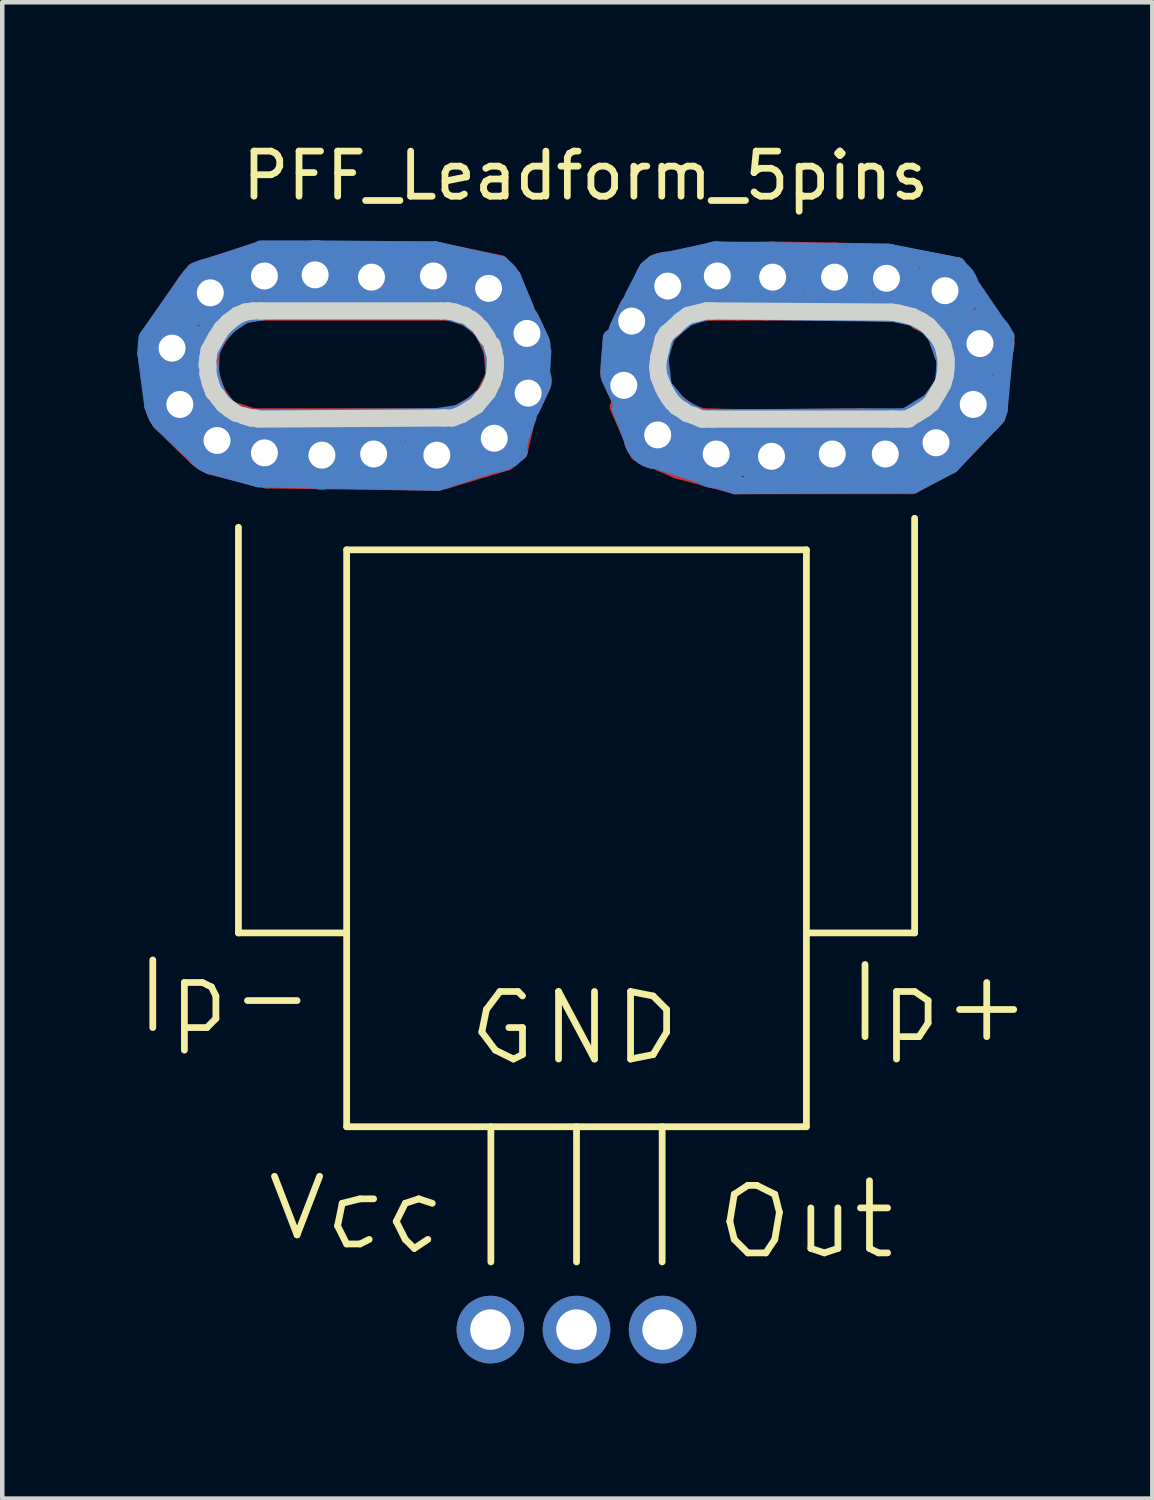
<source format=kicad_pcb>
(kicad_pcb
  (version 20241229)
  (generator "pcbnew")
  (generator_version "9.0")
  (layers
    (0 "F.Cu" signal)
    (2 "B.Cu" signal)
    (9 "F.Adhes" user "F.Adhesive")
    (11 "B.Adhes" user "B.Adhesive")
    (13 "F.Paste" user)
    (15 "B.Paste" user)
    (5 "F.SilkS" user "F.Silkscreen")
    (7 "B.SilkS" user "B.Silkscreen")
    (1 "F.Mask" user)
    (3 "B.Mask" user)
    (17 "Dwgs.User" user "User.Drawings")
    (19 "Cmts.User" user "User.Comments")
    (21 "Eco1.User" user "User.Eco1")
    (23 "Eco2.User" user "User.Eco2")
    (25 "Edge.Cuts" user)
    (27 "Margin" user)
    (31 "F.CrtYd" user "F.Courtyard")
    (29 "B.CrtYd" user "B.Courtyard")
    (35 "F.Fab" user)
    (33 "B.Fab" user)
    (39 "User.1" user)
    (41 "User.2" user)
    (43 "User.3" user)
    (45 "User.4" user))
  (footprint "PFF_Leadform_5pins"
    (layer "F.Cu")
    (at 9.741 15.748)
    (property "Reference" "PFF_Leadform_5pins" (at 0.201 -14.9 0) (layer "F.SilkS") (effects (font (size 1 1) (thickness 0.15))))
    (attr through_hole)
    (fp_line (start -9.55 -10.95) (end -9.5 -11.326) (stroke (width 0.381) (type solid)) (layer "F.Cu"))
    (fp_line (start -9.5 -11.326) (end -8.674 -12.525) (stroke (width 0.381) (type solid)) (layer "F.Cu"))
    (fp_line (start -9.375 -9.726) (end -9.55 -10.95) (stroke (width 0.381) (type solid)) (layer "F.Cu"))
    (fp_line (start -9.225 -9.426) (end -9.375 -9.726) (stroke (width 0.381) (type solid)) (layer "F.Cu"))
    (fp_line (start -8.725 -12.024) (end -8.9 -11.725) (stroke (width 0.381) (type solid)) (layer "F.Cu"))
    (fp_line (start -8.674 -12.525) (end -8.476 -12.776) (stroke (width 0.381) (type solid)) (layer "F.Cu"))
    (fp_line (start -8.476 -12.776) (end -7.026 -13.251) (stroke (width 0.381) (type solid)) (layer "F.Cu"))
    (fp_line (start -8.425 -8.651) (end -9.225 -9.426) (stroke (width 0.381) (type solid)) (layer "F.Cu"))
    (fp_line (start -8.349 -10.274) (end -7.6 -9.576) (stroke (width 0.381) (type solid)) (layer "F.Cu"))
    (fp_line (start -8.326 -11.374) (end -8.349 -10.274) (stroke (width 0.381) (type solid)) (layer "F.Cu"))
    (fp_line (start -8.125 -10.526) (end -8.1 -11.049) (stroke (width 0.381) (type solid)) (layer "F.Cu"))
    (fp_line (start -8.1 -11.049) (end -7.851 -11.45) (stroke (width 0.381) (type solid)) (layer "F.Cu"))
    (fp_line (start -8.1 -8.451) (end -8.425 -8.651) (stroke (width 0.381) (type solid)) (layer "F.Cu"))
    (fp_line (start -8.001 -10.124) (end -8.125 -10.526) (stroke (width 0.381) (type solid)) (layer "F.Cu"))
    (fp_line (start -7.851 -11.45) (end -7.526 -11.775) (stroke (width 0.381) (type solid)) (layer "F.Cu"))
    (fp_line (start -7.724 -9.726) (end -8.001 -10.124) (stroke (width 0.381) (type solid)) (layer "F.Cu"))
    (fp_line (start -7.6 -9.576) (end -6.949 -9.324) (stroke (width 0.381) (type solid)) (layer "F.Cu"))
    (fp_line (start -7.549 -9.624) (end -7.399 -9.576) (stroke (width 0.381) (type solid)) (layer "F.Cu"))
    (fp_line (start -7.526 -11.775) (end -7.074 -11.874) (stroke (width 0.381) (type solid)) (layer "F.Cu"))
    (fp_line (start -7.376 -12.126) (end -8.326 -11.374) (stroke (width 0.381) (type solid)) (layer "F.Cu"))
    (fp_line (start -7.176 -9.55) (end -7.724 -9.726) (stroke (width 0.381) (type solid)) (layer "F.Cu"))
    (fp_line (start -7.125 -11.874) (end -2.799 -11.874) (stroke (width 0.381) (type solid)) (layer "F.Cu"))
    (fp_line (start -7.125 -9.525) (end -7 -9.5) (stroke (width 0.381) (type solid)) (layer "F.Cu"))
    (fp_line (start -7.026 -13.251) (end -3.15 -13.251) (stroke (width 0.381) (type solid)) (layer "F.Cu"))
    (fp_line (start -6.949 -9.324) (end -3.5 -9.225) (stroke (width 0.381) (type solid)) (layer "F.Cu"))
    (fp_line (start -6.876 -8.151) (end -8.1 -8.451) (stroke (width 0.381) (type solid)) (layer "F.Cu"))
    (fp_line (start -5.349 -12.126) (end -7.376 -12.126) (stroke (width 0.381) (type solid)) (layer "F.Cu"))
    (fp_line (start -3.65 -13.076) (end -4.125 -13.076) (stroke (width 0.381) (type solid)) (layer "F.Cu"))
    (fp_line (start -3.65 -8.301) (end -3.899 -8.349) (stroke (width 0.381) (type solid)) (layer "F.Cu"))
    (fp_line (start -3.5 -9.225) (end -2.2 -9.5) (stroke (width 0.381) (type solid)) (layer "F.Cu"))
    (fp_line (start -3.15 -13.251) (end -1.699 -12.949) (stroke (width 0.381) (type solid)) (layer "F.Cu"))
    (fp_line (start -3.076 -8.1) (end -6.876 -8.151) (stroke (width 0.381) (type solid)) (layer "F.Cu"))
    (fp_line (start -2.949 -9.55) (end -7.176 -9.55) (stroke (width 0.381) (type solid)) (layer "F.Cu"))
    (fp_line (start -2.949 -9.525) (end -3 -9.525) (stroke (width 0.381) (type solid)) (layer "F.Cu"))
    (fp_line (start -2.875 -8.151) (end -3.076 -8.1) (stroke (width 0.381) (type solid)) (layer "F.Cu"))
    (fp_line (start -2.799 -11.874) (end -2.375 -11.725) (stroke (width 0.381) (type solid)) (layer "F.Cu"))
    (fp_line (start -2.624 -12.101) (end -5.349 -12.126) (stroke (width 0.381) (type solid)) (layer "F.Cu"))
    (fp_line (start -2.624 -9.624) (end -2.949 -9.55) (stroke (width 0.381) (type solid)) (layer "F.Cu"))
    (fp_line (start -2.375 -11.725) (end -2.075 -11.45) (stroke (width 0.381) (type solid)) (layer "F.Cu"))
    (fp_line (start -2.349 -11.725) (end -2.474 -11.801) (stroke (width 0.381) (type solid)) (layer "F.Cu"))
    (fp_line (start -2.324 -9.799) (end -2.624 -9.624) (stroke (width 0.381) (type solid)) (layer "F.Cu"))
    (fp_line (start -2.2 -9.5) (end -1.425 -10.676) (stroke (width 0.381) (type solid)) (layer "F.Cu"))
    (fp_line (start -2.126 -11.524) (end -2.225 -11.626) (stroke (width 0.381) (type solid)) (layer "F.Cu"))
    (fp_line (start -2.101 -11.826) (end -2.525 -12.075) (stroke (width 0.381) (type solid)) (layer "F.Cu"))
    (fp_line (start -2.075 -11.45) (end -1.875 -11.026) (stroke (width 0.381) (type solid)) (layer "F.Cu"))
    (fp_line (start -2.05 -10.025) (end -2.324 -9.799) (stroke (width 0.381) (type solid)) (layer "F.Cu"))
    (fp_line (start -1.875 -11.026) (end -1.826 -10.475) (stroke (width 0.381) (type solid)) (layer "F.Cu"))
    (fp_line (start -1.826 -10.475) (end -2.05 -10.025) (stroke (width 0.381) (type solid)) (layer "F.Cu"))
    (fp_line (start -1.801 -10.851) (end -1.826 -10.975) (stroke (width 0.381) (type solid)) (layer "F.Cu"))
    (fp_line (start -1.699 -12.949) (end -1.425 -12.649) (stroke (width 0.381) (type solid)) (layer "F.Cu"))
    (fp_line (start -1.549 -8.55) (end -2.875 -8.151) (stroke (width 0.381) (type solid)) (layer "F.Cu"))
    (fp_line (start -1.425 -12.649) (end -1.125 -11.925) (stroke (width 0.381) (type solid)) (layer "F.Cu"))
    (fp_line (start -1.425 -10.676) (end -2.101 -11.826) (stroke (width 0.381) (type solid)) (layer "F.Cu"))
    (fp_line (start -1.275 -8.776) (end -1.549 -8.55) (stroke (width 0.381) (type solid)) (layer "F.Cu"))
    (fp_line (start -1.1 -9.525) (end -1.275 -8.776) (stroke (width 0.381) (type solid)) (layer "F.Cu"))
    (fp_line (start -0.775 -11.001) (end -0.8 -10.549) (stroke (width 0.381) (type solid)) (layer "F.Cu"))
    (fp_line (start 0.775 -11.3) (end 0.724 -10.625) (stroke (width 0.381) (type solid)) (layer "F.Cu"))
    (fp_line (start 0.925 -9.774) (end 1.374 -8.75) (stroke (width 0.381) (type solid)) (layer "F.Cu"))
    (fp_line (start 1.374 -8.75) (end 2.225 -8.374) (stroke (width 0.381) (type solid)) (layer "F.Cu"))
    (fp_line (start 1.476 -10.874) (end 1.801 -9.876) (stroke (width 0.381) (type solid)) (layer "F.Cu"))
    (fp_line (start 1.775 -12.974) (end 1.275 -12.2) (stroke (width 0.381) (type solid)) (layer "F.Cu"))
    (fp_line (start 1.801 -9.876) (end 2.624 -9.324) (stroke (width 0.381) (type solid)) (layer "F.Cu"))
    (fp_line (start 1.849 -11.001) (end 1.849 -10.625) (stroke (width 0.381) (type solid)) (layer "F.Cu"))
    (fp_line (start 1.849 -10.625) (end 1.925 -10.226) (stroke (width 0.381) (type solid)) (layer "F.Cu"))
    (fp_line (start 1.925 -11.651) (end 1.476 -10.874) (stroke (width 0.381) (type solid)) (layer "F.Cu"))
    (fp_line (start 1.925 -10.226) (end 2.149 -9.924) (stroke (width 0.381) (type solid)) (layer "F.Cu"))
    (fp_line (start 2.024 -11.374) (end 1.849 -11.001) (stroke (width 0.381) (type solid)) (layer "F.Cu"))
    (fp_line (start 2.149 -9.924) (end 2.499 -9.649) (stroke (width 0.381) (type solid)) (layer "F.Cu"))
    (fp_line (start 2.225 -8.374) (end 3.526 -8.024) (stroke (width 0.381) (type solid)) (layer "F.Cu"))
    (fp_line (start 2.324 -11.651) (end 2.024 -11.374) (stroke (width 0.381) (type solid)) (layer "F.Cu"))
    (fp_line (start 2.499 -9.649) (end 2.799 -9.55) (stroke (width 0.381) (type solid)) (layer "F.Cu"))
    (fp_line (start 2.55 -11.826) (end 2.324 -11.651) (stroke (width 0.381) (type solid)) (layer "F.Cu"))
    (fp_line (start 2.624 -9.324) (end 4.049 -9.299) (stroke (width 0.381) (type solid)) (layer "F.Cu"))
    (fp_line (start 2.675 -8.451) (end 2.101 -8.626) (stroke (width 0.381) (type solid)) (layer "F.Cu"))
    (fp_line (start 2.751 -12.075) (end 1.925 -11.651) (stroke (width 0.381) (type solid)) (layer "F.Cu"))
    (fp_line (start 2.799 -9.55) (end 3.851 -9.525) (stroke (width 0.381) (type solid)) (layer "F.Cu"))
    (fp_line (start 2.974 -11.874) (end 2.55 -11.826) (stroke (width 0.381) (type solid)) (layer "F.Cu"))
    (fp_line (start 3.051 -13.226) (end 1.775 -12.974) (stroke (width 0.381) (type solid)) (layer "F.Cu"))
    (fp_line (start 3.526 -8.024) (end 7.45 -8.024) (stroke (width 0.381) (type solid)) (layer "F.Cu"))
    (fp_line (start 3.574 -11.874) (end 2.974 -11.874) (stroke (width 0.381) (type solid)) (layer "F.Cu"))
    (fp_line (start 3.726 -12.05) (end 2.751 -12.075) (stroke (width 0.381) (type solid)) (layer "F.Cu"))
    (fp_line (start 3.851 -9.525) (end 6.325 -9.55) (stroke (width 0.381) (type solid)) (layer "F.Cu"))
    (fp_line (start 4.049 -9.299) (end 5.324 -9.251) (stroke (width 0.381) (type solid)) (layer "F.Cu"))
    (fp_line (start 4.224 -11.874) (end 3.574 -11.874) (stroke (width 0.381) (type solid)) (layer "F.Cu"))
    (fp_line (start 4.326 -13.251) (end 3.051 -13.226) (stroke (width 0.381) (type solid)) (layer "F.Cu"))
    (fp_line (start 4.699 -13.025) (end 5.4 -13.025) (stroke (width 0.381) (type solid)) (layer "F.Cu"))
    (fp_line (start 4.976 -12.126) (end 3.726 -12.05) (stroke (width 0.381) (type solid)) (layer "F.Cu"))
    (fp_line (start 5.301 -11.874) (end 4.224 -11.874) (stroke (width 0.381) (type solid)) (layer "F.Cu"))
    (fp_line (start 5.301 -8.199) (end 4.651 -8.225) (stroke (width 0.381) (type solid)) (layer "F.Cu"))
    (fp_line (start 5.324 -9.251) (end 7.399 -9.324) (stroke (width 0.381) (type solid)) (layer "F.Cu"))
    (fp_line (start 5.451 -12.024) (end 4.976 -12.126) (stroke (width 0.381) (type solid)) (layer "F.Cu"))
    (fp_line (start 5.725 -13.226) (end 4.326 -13.251) (stroke (width 0.381) (type solid)) (layer "F.Cu"))
    (fp_line (start 6.124 -11.874) (end 5.301 -11.874) (stroke (width 0.381) (type solid)) (layer "F.Cu"))
    (fp_line (start 6.325 -9.55) (end 7.249 -9.525) (stroke (width 0.381) (type solid)) (layer "F.Cu"))
    (fp_line (start 6.876 -13.2) (end 5.725 -13.226) (stroke (width 0.381) (type solid)) (layer "F.Cu"))
    (fp_line (start 7.249 -9.525) (end 7.75 -9.774) (stroke (width 0.381) (type solid)) (layer "F.Cu"))
    (fp_line (start 7.399 -9.324) (end 8.151 -9.774) (stroke (width 0.381) (type solid)) (layer "F.Cu"))
    (fp_line (start 7.45 -11.976) (end 5.451 -12.024) (stroke (width 0.381) (type solid)) (layer "F.Cu"))
    (fp_line (start 7.45 -8.024) (end 8.326 -8.499) (stroke (width 0.381) (type solid)) (layer "F.Cu"))
    (fp_line (start 7.574 -11.674) (end 7.45 -11.976) (stroke (width 0.381) (type solid)) (layer "F.Cu"))
    (fp_line (start 7.6 -11.925) (end 7.501 -11.9) (stroke (width 0.381) (type solid)) (layer "F.Cu"))
    (fp_line (start 7.724 -8.349) (end 7.125 -8.176) (stroke (width 0.381) (type solid)) (layer "F.Cu"))
    (fp_line (start 7.75 -9.774) (end 8.151 -10.274) (stroke (width 0.381) (type solid)) (layer "F.Cu"))
    (fp_line (start 7.95 -11.476) (end 7.574 -11.674) (stroke (width 0.381) (type solid)) (layer "F.Cu"))
    (fp_line (start 8.151 -10.274) (end 8.176 -10.8) (stroke (width 0.381) (type solid)) (layer "F.Cu"))
    (fp_line (start 8.151 -9.774) (end 8.499 -10.526) (stroke (width 0.381) (type solid)) (layer "F.Cu"))
    (fp_line (start 8.176 -11.524) (end 7.6 -11.925) (stroke (width 0.381) (type solid)) (layer "F.Cu"))
    (fp_line (start 8.176 -10.8) (end 7.95 -11.476) (stroke (width 0.381) (type solid)) (layer "F.Cu"))
    (fp_line (start 8.326 -8.499) (end 9.299 -9.525) (stroke (width 0.381) (type solid)) (layer "F.Cu"))
    (fp_line (start 8.425 -12.901) (end 6.876 -13.2) (stroke (width 0.381) (type solid)) (layer "F.Cu"))
    (fp_line (start 8.499 -10.526) (end 8.176 -11.524) (stroke (width 0.381) (type solid)) (layer "F.Cu"))
    (fp_line (start 8.6 -12.675) (end 8.425 -12.901) (stroke (width 0.381) (type solid)) (layer "F.Cu"))
    (fp_line (start 9.299 -9.525) (end 9.525 -11.199) (stroke (width 0.381) (type solid)) (layer "F.Cu"))
    (fp_line (start 9.525 -11.199) (end 8.6 -12.675) (stroke (width 0.381) (type solid)) (layer "F.Cu"))
    (fp_line (start -9.55 -10.95) (end -9.525 -11.3) (stroke (width 0.381) (type solid)) (layer "B.Cu"))
    (fp_line (start -9.525 -11.3) (end -8.651 -12.55) (stroke (width 0.381) (type solid)) (layer "B.Cu"))
    (fp_line (start -9.401 -9.799) (end -9.55 -10.95) (stroke (width 0.381) (type solid)) (layer "B.Cu"))
    (fp_line (start -9.251 -9.474) (end -9.401 -9.799) (stroke (width 0.381) (type solid)) (layer "B.Cu"))
    (fp_line (start -8.9 -11.725) (end -8.7 -12.024) (stroke (width 0.381) (type solid)) (layer "B.Cu"))
    (fp_line (start -8.651 -12.55) (end -8.425 -12.799) (stroke (width 0.381) (type solid)) (layer "B.Cu"))
    (fp_line (start -8.476 -8.725) (end -9.251 -9.474) (stroke (width 0.381) (type solid)) (layer "B.Cu"))
    (fp_line (start -8.425 -12.799) (end -7.026 -13.251) (stroke (width 0.381) (type solid)) (layer "B.Cu"))
    (fp_line (start -8.374 -10.325) (end -8.301 -11.374) (stroke (width 0.381) (type solid)) (layer "B.Cu"))
    (fp_line (start -8.301 -11.374) (end -7.424 -12.126) (stroke (width 0.381) (type solid)) (layer "B.Cu"))
    (fp_line (start -8.151 -10.874) (end -7.976 -11.3) (stroke (width 0.381) (type solid)) (layer "B.Cu"))
    (fp_line (start -8.151 -8.476) (end -8.476 -8.725) (stroke (width 0.381) (type solid)) (layer "B.Cu"))
    (fp_line (start -8.1 -10.399) (end -8.151 -10.874) (stroke (width 0.381) (type solid)) (layer "B.Cu"))
    (fp_line (start -8.1 -10.025) (end -8.374 -10.325) (stroke (width 0.381) (type solid)) (layer "B.Cu"))
    (fp_line (start -7.976 -11.3) (end -7.699 -11.6) (stroke (width 0.381) (type solid)) (layer "B.Cu"))
    (fp_line (start -7.925 -9.949) (end -8.1 -10.399) (stroke (width 0.381) (type solid)) (layer "B.Cu"))
    (fp_line (start -7.699 -11.6) (end -7.351 -11.826) (stroke (width 0.381) (type solid)) (layer "B.Cu"))
    (fp_line (start -7.6 -9.624) (end -7.925 -9.949) (stroke (width 0.381) (type solid)) (layer "B.Cu"))
    (fp_line (start -7.501 -9.55) (end -8.1 -10.025) (stroke (width 0.381) (type solid)) (layer "B.Cu"))
    (fp_line (start -7.424 -12.126) (end -6.251 -12.126) (stroke (width 0.381) (type solid)) (layer "B.Cu"))
    (fp_line (start -7.351 -11.826) (end -6.8 -11.9) (stroke (width 0.381) (type solid)) (layer "B.Cu"))
    (fp_line (start -7.275 -12.075) (end -5.951 -12.101) (stroke (width 0.381) (type solid)) (layer "B.Cu"))
    (fp_line (start -7.176 -9.525) (end -7.6 -9.624) (stroke (width 0.381) (type solid)) (layer "B.Cu"))
    (fp_line (start -7.099 -11.9) (end -2.926 -11.9) (stroke (width 0.381) (type solid)) (layer "B.Cu"))
    (fp_line (start -7.051 -8.176) (end -8.151 -8.476) (stroke (width 0.381) (type solid)) (layer "B.Cu"))
    (fp_line (start -7 -13.274) (end -5.725 -13.274) (stroke (width 0.381) (type solid)) (layer "B.Cu"))
    (fp_line (start -6.85 -9.324) (end -7.501 -9.55) (stroke (width 0.381) (type solid)) (layer "B.Cu"))
    (fp_line (start -6.8 -11.9) (end -6.825 -11.9) (stroke (width 0.381) (type solid)) (layer "B.Cu"))
    (fp_line (start -5.951 -12.101) (end -3.424 -12.149) (stroke (width 0.381) (type solid)) (layer "B.Cu"))
    (fp_line (start -5.725 -13.274) (end -3.124 -13.251) (stroke (width 0.381) (type solid)) (layer "B.Cu"))
    (fp_line (start -4.15 -13.076) (end -3.599 -13.076) (stroke (width 0.381) (type solid)) (layer "B.Cu"))
    (fp_line (start -3.95 -9.2) (end -6.85 -9.324) (stroke (width 0.381) (type solid)) (layer "B.Cu"))
    (fp_line (start -3.899 -8.349) (end -3.625 -8.301) (stroke (width 0.381) (type solid)) (layer "B.Cu"))
    (fp_line (start -3.424 -12.149) (end -2.474 -12.05) (stroke (width 0.381) (type solid)) (layer "B.Cu"))
    (fp_line (start -3.124 -13.251) (end -1.674 -12.926) (stroke (width 0.381) (type solid)) (layer "B.Cu"))
    (fp_line (start -3.124 -9.55) (end -7.176 -9.525) (stroke (width 0.381) (type solid)) (layer "B.Cu"))
    (fp_line (start -3.076 -8.1) (end -7.051 -8.176) (stroke (width 0.381) (type solid)) (layer "B.Cu"))
    (fp_line (start -2.926 -11.9) (end -2.474 -11.775) (stroke (width 0.381) (type solid)) (layer "B.Cu"))
    (fp_line (start -2.926 -8.151) (end -3.076 -8.1) (stroke (width 0.381) (type solid)) (layer "B.Cu"))
    (fp_line (start -2.624 -9.624) (end -3.124 -9.55) (stroke (width 0.381) (type solid)) (layer "B.Cu"))
    (fp_line (start -2.474 -12.05) (end -1.999 -11.651) (stroke (width 0.381) (type solid)) (layer "B.Cu"))
    (fp_line (start -2.474 -11.775) (end -2.149 -11.549) (stroke (width 0.381) (type solid)) (layer "B.Cu"))
    (fp_line (start -2.324 -9.426) (end -3.95 -9.2) (stroke (width 0.381) (type solid)) (layer "B.Cu"))
    (fp_line (start -2.301 -9.799) (end -2.624 -9.624) (stroke (width 0.381) (type solid)) (layer "B.Cu"))
    (fp_line (start -2.149 -11.549) (end -1.925 -11.199) (stroke (width 0.381) (type solid)) (layer "B.Cu"))
    (fp_line (start -1.999 -11.651) (end -1.476 -10.851) (stroke (width 0.381) (type solid)) (layer "B.Cu"))
    (fp_line (start -1.999 -10.076) (end -2.301 -9.799) (stroke (width 0.381) (type solid)) (layer "B.Cu"))
    (fp_line (start -1.925 -11.199) (end -1.826 -10.825) (stroke (width 0.381) (type solid)) (layer "B.Cu"))
    (fp_line (start -1.925 -9.876) (end -2.324 -9.426) (stroke (width 0.381) (type solid)) (layer "B.Cu"))
    (fp_line (start -1.875 -11.151) (end -1.976 -11.3) (stroke (width 0.381) (type solid)) (layer "B.Cu"))
    (fp_line (start -1.826 -10.825) (end -1.826 -10.424) (stroke (width 0.381) (type solid)) (layer "B.Cu"))
    (fp_line (start -1.826 -10.424) (end -1.999 -10.076) (stroke (width 0.381) (type solid)) (layer "B.Cu"))
    (fp_line (start -1.674 -12.926) (end -1.425 -12.649) (stroke (width 0.381) (type solid)) (layer "B.Cu"))
    (fp_line (start -1.476 -10.851) (end -1.925 -9.876) (stroke (width 0.381) (type solid)) (layer "B.Cu"))
    (fp_line (start -1.45 -8.626) (end -2.926 -8.151) (stroke (width 0.381) (type solid)) (layer "B.Cu"))
    (fp_line (start -1.425 -12.649) (end -1.125 -11.925) (stroke (width 0.381) (type solid)) (layer "B.Cu"))
    (fp_line (start -1.326 -8.875) (end -1.074 -9.55) (stroke (width 0.381) (type solid)) (layer "B.Cu"))
    (fp_line (start -1.275 -8.776) (end -1.45 -8.626) (stroke (width 0.381) (type solid)) (layer "B.Cu"))
    (fp_line (start -0.749 -11.001) (end -0.775 -10.526) (stroke (width 0.381) (type solid)) (layer "B.Cu"))
    (fp_line (start 0.724 -10.676) (end 0.775 -11.3) (stroke (width 0.381) (type solid)) (layer "B.Cu"))
    (fp_line (start 1.25 -12.2) (end 1.575 -12.824) (stroke (width 0.381) (type solid)) (layer "B.Cu"))
    (fp_line (start 1.3 -8.9) (end 0.975 -9.726) (stroke (width 0.381) (type solid)) (layer "B.Cu"))
    (fp_line (start 1.45 -10.899) (end 1.951 -11.674) (stroke (width 0.381) (type solid)) (layer "B.Cu"))
    (fp_line (start 1.549 -8.651) (end 1.3 -8.9) (stroke (width 0.381) (type solid)) (layer "B.Cu"))
    (fp_line (start 1.575 -12.824) (end 1.725 -12.949) (stroke (width 0.381) (type solid)) (layer "B.Cu"))
    (fp_line (start 1.725 -12.949) (end 3.076 -13.251) (stroke (width 0.381) (type solid)) (layer "B.Cu"))
    (fp_line (start 1.75 -9.924) (end 1.45 -10.899) (stroke (width 0.381) (type solid)) (layer "B.Cu"))
    (fp_line (start 1.849 -10.851) (end 1.999 -11.374) (stroke (width 0.381) (type solid)) (layer "B.Cu"))
    (fp_line (start 1.925 -10.226) (end 1.849 -10.851) (stroke (width 0.381) (type solid)) (layer "B.Cu"))
    (fp_line (start 1.951 -11.674) (end 2.776 -12.149) (stroke (width 0.381) (type solid)) (layer "B.Cu"))
    (fp_line (start 1.999 -11.374) (end 2.451 -11.75) (stroke (width 0.381) (type solid)) (layer "B.Cu"))
    (fp_line (start 2.101 -8.626) (end 2.601 -8.451) (stroke (width 0.381) (type solid)) (layer "B.Cu"))
    (fp_line (start 2.276 -9.799) (end 1.925 -10.226) (stroke (width 0.381) (type solid)) (layer "B.Cu"))
    (fp_line (start 2.451 -11.75) (end 3 -11.925) (stroke (width 0.381) (type solid)) (layer "B.Cu"))
    (fp_line (start 2.624 -9.324) (end 1.75 -9.924) (stroke (width 0.381) (type solid)) (layer "B.Cu"))
    (fp_line (start 2.751 -9.525) (end 2.276 -9.799) (stroke (width 0.381) (type solid)) (layer "B.Cu"))
    (fp_line (start 2.776 -12.149) (end 7.224 -12.05) (stroke (width 0.381) (type solid)) (layer "B.Cu"))
    (fp_line (start 3 -11.9) (end 7 -11.849) (stroke (width 0.381) (type solid)) (layer "B.Cu"))
    (fp_line (start 3.076 -13.251) (end 6.924 -13.2) (stroke (width 0.381) (type solid)) (layer "B.Cu"))
    (fp_line (start 3.526 -8.024) (end 1.549 -8.651) (stroke (width 0.381) (type solid)) (layer "B.Cu"))
    (fp_line (start 4.6 -9.251) (end 2.624 -9.324) (stroke (width 0.381) (type solid)) (layer "B.Cu"))
    (fp_line (start 4.651 -8.225) (end 5.301 -8.199) (stroke (width 0.381) (type solid)) (layer "B.Cu"))
    (fp_line (start 5.4 -13.023) (end 4.674 -13.023) (stroke (width 0.381) (type solid)) (layer "B.Cu"))
    (fp_line (start 6.175 -9.276) (end 4.6 -9.251) (stroke (width 0.381) (type solid)) (layer "B.Cu"))
    (fp_line (start 6.924 -13.2) (end 8.451 -12.901) (stroke (width 0.381) (type solid)) (layer "B.Cu"))
    (fp_line (start 7 -11.849) (end 7.65 -11.725) (stroke (width 0.381) (type solid)) (layer "B.Cu"))
    (fp_line (start 7.099 -11.849) (end 6.124 -11.874) (stroke (width 0.381) (type solid)) (layer "B.Cu"))
    (fp_line (start 7.125 -8.176) (end 7.724 -8.349) (stroke (width 0.381) (type solid)) (layer "B.Cu"))
    (fp_line (start 7.224 -12.05) (end 8.225 -11.6) (stroke (width 0.381) (type solid)) (layer "B.Cu"))
    (fp_line (start 7.3 -9.55) (end 2.751 -9.525) (stroke (width 0.381) (type solid)) (layer "B.Cu"))
    (fp_line (start 7.475 -11.75) (end 7.099 -11.849) (stroke (width 0.381) (type solid)) (layer "B.Cu"))
    (fp_line (start 7.475 -8.049) (end 3.526 -8.024) (stroke (width 0.381) (type solid)) (layer "B.Cu"))
    (fp_line (start 7.6 -9.426) (end 6.175 -9.276) (stroke (width 0.381) (type solid)) (layer "B.Cu"))
    (fp_line (start 7.65 -11.725) (end 7.976 -11.351) (stroke (width 0.381) (type solid)) (layer "B.Cu"))
    (fp_line (start 7.775 -11.6) (end 7.475 -11.75) (stroke (width 0.381) (type solid)) (layer "B.Cu"))
    (fp_line (start 7.874 -9.901) (end 7.3 -9.55) (stroke (width 0.381) (type solid)) (layer "B.Cu"))
    (fp_line (start 7.976 -11.4) (end 7.775 -11.6) (stroke (width 0.381) (type solid)) (layer "B.Cu"))
    (fp_line (start 7.976 -11.351) (end 8.176 -10.8) (stroke (width 0.381) (type solid)) (layer "B.Cu"))
    (fp_line (start 8.151 -10.325) (end 7.874 -9.901) (stroke (width 0.381) (type solid)) (layer "B.Cu"))
    (fp_line (start 8.176 -11.001) (end 7.976 -11.4) (stroke (width 0.381) (type solid)) (layer "B.Cu"))
    (fp_line (start 8.176 -10.8) (end 8.151 -10.325) (stroke (width 0.381) (type solid)) (layer "B.Cu"))
    (fp_line (start 8.199 -9.85) (end 7.6 -9.426) (stroke (width 0.381) (type solid)) (layer "B.Cu"))
    (fp_line (start 8.225 -11.6) (end 8.451 -10.5) (stroke (width 0.381) (type solid)) (layer "B.Cu"))
    (fp_line (start 8.301 -8.476) (end 7.475 -8.049) (stroke (width 0.381) (type solid)) (layer "B.Cu"))
    (fp_line (start 8.451 -12.901) (end 9.525 -11.326) (stroke (width 0.381) (type solid)) (layer "B.Cu"))
    (fp_line (start 8.451 -10.5) (end 8.199 -9.85) (stroke (width 0.381) (type solid)) (layer "B.Cu"))
    (fp_line (start 9.324 -9.55) (end 8.301 -8.476) (stroke (width 0.381) (type solid)) (layer "B.Cu"))
    (fp_line (start 9.375 -9.7) (end 9.324 -9.55) (stroke (width 0.381) (type solid)) (layer "B.Cu"))
    (fp_line (start 9.525 -11.326) (end 9.375 -9.7) (stroke (width 0.381) (type solid)) (layer "B.Cu"))
    (fp_line (start -9.401 2.499) (end -9.401 4) (stroke (width 0.15) (type solid)) (layer "F.SilkS"))
    (fp_line (start -8.7 3) (end -8.7 4.501) (stroke (width 0.15) (type solid)) (layer "F.SilkS"))
    (fp_line (start -8.7 3) (end -8.301 3) (stroke (width 0.15) (type solid)) (layer "F.SilkS"))
    (fp_line (start -8.301 3) (end -8.1 3.099) (stroke (width 0.15) (type solid)) (layer "F.SilkS"))
    (fp_line (start -8.199 4) (end -8.7 4) (stroke (width 0.15) (type solid)) (layer "F.SilkS"))
    (fp_line (start -8.1 3.099) (end -8.001 3.299) (stroke (width 0.15) (type solid)) (layer "F.SilkS"))
    (fp_line (start -8.001 3.299) (end -8.001 3.8) (stroke (width 0.15) (type solid)) (layer "F.SilkS"))
    (fp_line (start -8.001 3.8) (end -8.199 4) (stroke (width 0.15) (type solid)) (layer "F.SilkS"))
    (fp_line (start -7.501 1.9) (end -7.501 -7.099) (stroke (width 0.15) (type solid)) (layer "F.SilkS"))
    (fp_line (start -6.701 7.3) (end -6.2 8.6) (stroke (width 0.15) (type solid)) (layer "F.SilkS"))
    (fp_line (start -6.2 3.401) (end -7.3 3.401) (stroke (width 0.15) (type solid)) (layer "F.SilkS"))
    (fp_line (start -6.2 8.6) (end -5.7 7.3) (stroke (width 0.15) (type solid)) (layer "F.SilkS"))
    (fp_line (start -5.301 8.4) (end -5.1 8.801) (stroke (width 0.15) (type solid)) (layer "F.SilkS"))
    (fp_line (start -5.199 7.899) (end -5.301 8.4) (stroke (width 0.15) (type solid)) (layer "F.SilkS"))
    (fp_line (start -5.1 -6.599) (end 5.1 -6.599) (stroke (width 0.15) (type solid)) (layer "F.SilkS"))
    (fp_line (start -5.1 1.9) (end -7.501 1.9) (stroke (width 0.15) (type solid)) (layer "F.SilkS"))
    (fp_line (start -5.1 6.2) (end -5.1 -6.599) (stroke (width 0.15) (type solid)) (layer "F.SilkS"))
    (fp_line (start -5.1 8.801) (end -4.801 8.801) (stroke (width 0.15) (type solid)) (layer "F.SilkS"))
    (fp_line (start -4.801 7.8) (end -5.199 7.899) (stroke (width 0.15) (type solid)) (layer "F.SilkS"))
    (fp_line (start -4.801 8.801) (end -4.6 8.7) (stroke (width 0.15) (type solid)) (layer "F.SilkS"))
    (fp_line (start -4.501 7.8) (end -4.801 7.8) (stroke (width 0.15) (type solid)) (layer "F.SilkS"))
    (fp_line (start -4 8.301) (end -3.8 8.7) (stroke (width 0.15) (type solid)) (layer "F.SilkS"))
    (fp_line (start -3.8 7.899) (end -4 8.301) (stroke (width 0.15) (type solid)) (layer "F.SilkS"))
    (fp_line (start -3.8 8.7) (end -3.599 8.9) (stroke (width 0.15) (type solid)) (layer "F.SilkS"))
    (fp_line (start -3.599 8.9) (end -3.299 8.7) (stroke (width 0.15) (type solid)) (layer "F.SilkS"))
    (fp_line (start -3.5 7.8) (end -3.8 7.899) (stroke (width 0.15) (type solid)) (layer "F.SilkS"))
    (fp_line (start -3.2 7.899) (end -3.5 7.8) (stroke (width 0.15) (type solid)) (layer "F.SilkS"))
    (fp_line (start -2.101 4.1) (end -1.801 4.501) (stroke (width 0.15) (type solid)) (layer "F.SilkS"))
    (fp_line (start -1.999 3.599) (end -2.101 4.1) (stroke (width 0.15) (type solid)) (layer "F.SilkS"))
    (fp_line (start -1.9 6.2) (end -1.9 9.2) (stroke (width 0.15) (type solid)) (layer "F.SilkS"))
    (fp_line (start -1.801 4.501) (end -1.4 4.699) (stroke (width 0.15) (type solid)) (layer "F.SilkS"))
    (fp_line (start -1.699 3.2) (end -1.999 3.599) (stroke (width 0.15) (type solid)) (layer "F.SilkS"))
    (fp_line (start -1.4 4.699) (end -1.199 4.6) (stroke (width 0.15) (type solid)) (layer "F.SilkS"))
    (fp_line (start -1.3 3.2) (end -1.699 3.2) (stroke (width 0.15) (type solid)) (layer "F.SilkS"))
    (fp_line (start -1.199 3.299) (end -1.3 3.2) (stroke (width 0.15) (type solid)) (layer "F.SilkS"))
    (fp_line (start -1.199 4) (end -1.501 4) (stroke (width 0.15) (type solid)) (layer "F.SilkS"))
    (fp_line (start -1.199 4.6) (end -1.199 4) (stroke (width 0.15) (type solid)) (layer "F.SilkS"))
    (fp_line (start -0.399 3.2) (end 0.399 4.699) (stroke (width 0.15) (type solid)) (layer "F.SilkS"))
    (fp_line (start -0.399 4.699) (end -0.399 3.2) (stroke (width 0.15) (type solid)) (layer "F.SilkS"))
    (fp_line (start 0 6.2) (end 0 9.2) (stroke (width 0.15) (type solid)) (layer "F.SilkS"))
    (fp_line (start 0.399 4.699) (end 0.399 3.2) (stroke (width 0.15) (type solid)) (layer "F.SilkS"))
    (fp_line (start 1.199 3.2) (end 1.199 4.699) (stroke (width 0.15) (type solid)) (layer "F.SilkS"))
    (fp_line (start 1.199 4.699) (end 1.699 4.6) (stroke (width 0.15) (type solid)) (layer "F.SilkS"))
    (fp_line (start 1.699 3.299) (end 1.199 3.2) (stroke (width 0.15) (type solid)) (layer "F.SilkS"))
    (fp_line (start 1.699 4.6) (end 1.999 4.1) (stroke (width 0.15) (type solid)) (layer "F.SilkS"))
    (fp_line (start 1.9 6.2) (end 1.9 9.2) (stroke (width 0.15) (type solid)) (layer "F.SilkS"))
    (fp_line (start 1.999 3.599) (end 1.699 3.299) (stroke (width 0.15) (type solid)) (layer "F.SilkS"))
    (fp_line (start 1.999 4.1) (end 1.999 3.599) (stroke (width 0.15) (type solid)) (layer "F.SilkS"))
    (fp_line (start 3.401 8.301) (end 3.5 8.7) (stroke (width 0.15) (type solid)) (layer "F.SilkS"))
    (fp_line (start 3.5 7.699) (end 3.401 8.301) (stroke (width 0.15) (type solid)) (layer "F.SilkS"))
    (fp_line (start 3.5 8.7) (end 3.8 8.999) (stroke (width 0.15) (type solid)) (layer "F.SilkS"))
    (fp_line (start 3.8 7.501) (end 3.5 7.699) (stroke (width 0.15) (type solid)) (layer "F.SilkS"))
    (fp_line (start 3.8 8.999) (end 4.201 8.999) (stroke (width 0.15) (type solid)) (layer "F.SilkS"))
    (fp_line (start 4 7.501) (end 3.8 7.501) (stroke (width 0.15) (type solid)) (layer "F.SilkS"))
    (fp_line (start 4.201 8.999) (end 4.399 8.7) (stroke (width 0.15) (type solid)) (layer "F.SilkS"))
    (fp_line (start 4.399 7.699) (end 4 7.501) (stroke (width 0.15) (type solid)) (layer "F.SilkS"))
    (fp_line (start 4.399 8.7) (end 4.501 8.1) (stroke (width 0.15) (type solid)) (layer "F.SilkS"))
    (fp_line (start 4.501 8.1) (end 4.399 7.699) (stroke (width 0.15) (type solid)) (layer "F.SilkS"))
    (fp_line (start 5.1 -6.599) (end 5.1 6.2) (stroke (width 0.15) (type solid)) (layer "F.SilkS"))
    (fp_line (start 5.1 1.9) (end 7.501 1.9) (stroke (width 0.15) (type solid)) (layer "F.SilkS"))
    (fp_line (start 5.1 6.2) (end -5.1 6.2) (stroke (width 0.15) (type solid)) (layer "F.SilkS"))
    (fp_line (start 5.199 8.001) (end 5.199 8.9) (stroke (width 0.15) (type solid)) (layer "F.SilkS"))
    (fp_line (start 5.199 8.9) (end 5.499 8.999) (stroke (width 0.15) (type solid)) (layer "F.SilkS"))
    (fp_line (start 5.499 8.999) (end 5.799 8.9) (stroke (width 0.15) (type solid)) (layer "F.SilkS"))
    (fp_line (start 5.799 8.9) (end 5.799 8.001) (stroke (width 0.15) (type solid)) (layer "F.SilkS"))
    (fp_line (start 6.401 2.601) (end 6.401 4.201) (stroke (width 0.15) (type solid)) (layer "F.SilkS"))
    (fp_line (start 6.5 7.399) (end 6.5 8.9) (stroke (width 0.15) (type solid)) (layer "F.SilkS"))
    (fp_line (start 6.5 8.9) (end 6.701 8.999) (stroke (width 0.15) (type solid)) (layer "F.SilkS"))
    (fp_line (start 6.701 8.999) (end 6.901 8.999) (stroke (width 0.15) (type solid)) (layer "F.SilkS"))
    (fp_line (start 6.901 8.001) (end 6.299 8.001) (stroke (width 0.15) (type solid)) (layer "F.SilkS"))
    (fp_line (start 7.099 3.2) (end 7.099 4.699) (stroke (width 0.15) (type solid)) (layer "F.SilkS"))
    (fp_line (start 7.099 3.2) (end 7.501 3.2) (stroke (width 0.15) (type solid)) (layer "F.SilkS"))
    (fp_line (start 7.501 1.9) (end 7.501 -7.3) (stroke (width 0.15) (type solid)) (layer "F.SilkS"))
    (fp_line (start 7.501 3.2) (end 7.8 3.401) (stroke (width 0.15) (type solid)) (layer "F.SilkS"))
    (fp_line (start 7.6 4.201) (end 7.201 4.201) (stroke (width 0.15) (type solid)) (layer "F.SilkS"))
    (fp_line (start 7.8 3.401) (end 7.8 3.899) (stroke (width 0.15) (type solid)) (layer "F.SilkS"))
    (fp_line (start 7.8 3.899) (end 7.6 4.201) (stroke (width 0.15) (type solid)) (layer "F.SilkS"))
    (fp_line (start 9.101 3) (end 9.101 4.201) (stroke (width 0.15) (type solid)) (layer "F.SilkS"))
    (fp_line (start 9.7 3.599) (end 8.499 3.599) (stroke (width 0.15) (type solid)) (layer "F.SilkS"))
    (fp_line (start -8.199 -10.701) (end -8.176 -10.874) (stroke (width 0.381) (type solid)) (layer "Edge.Cuts"))
    (fp_line (start -8.176 -10.874) (end -8.151 -11.026) (stroke (width 0.381) (type solid)) (layer "Edge.Cuts"))
    (fp_line (start -8.176 -10.701) (end -8.176 -10.5) (stroke (width 0.381) (type solid)) (layer "Edge.Cuts"))
    (fp_line (start -8.176 -10.5) (end -8.125 -10.3) (stroke (width 0.381) (type solid)) (layer "Edge.Cuts"))
    (fp_line (start -8.151 -11.026) (end -8.001 -11.3) (stroke (width 0.381) (type solid)) (layer "Edge.Cuts"))
    (fp_line (start -8.125 -10.3) (end -8.049 -10.099) (stroke (width 0.381) (type solid)) (layer "Edge.Cuts"))
    (fp_line (start -8.049 -10.099) (end -7.976 -10.025) (stroke (width 0.381) (type solid)) (layer "Edge.Cuts"))
    (fp_line (start -8.001 -11.3) (end -7.874 -11.501) (stroke (width 0.381) (type solid)) (layer "Edge.Cuts"))
    (fp_line (start -7.95 -9.975) (end -7.826 -9.825) (stroke (width 0.381) (type solid)) (layer "Edge.Cuts"))
    (fp_line (start -7.874 -11.501) (end -7.724 -11.651) (stroke (width 0.381) (type solid)) (layer "Edge.Cuts"))
    (fp_line (start -7.826 -9.825) (end -7.699 -9.726) (stroke (width 0.381) (type solid)) (layer "Edge.Cuts"))
    (fp_line (start -7.724 -11.651) (end -7.526 -11.801) (stroke (width 0.381) (type solid)) (layer "Edge.Cuts"))
    (fp_line (start -7.699 -9.726) (end -7.549 -9.624) (stroke (width 0.381) (type solid)) (layer "Edge.Cuts"))
    (fp_line (start -7.526 -11.801) (end -7.351 -11.874) (stroke (width 0.381) (type solid)) (layer "Edge.Cuts"))
    (fp_line (start -7.399 -9.576) (end -7.224 -9.525) (stroke (width 0.381) (type solid)) (layer "Edge.Cuts"))
    (fp_line (start -7.351 -11.874) (end -7.176 -11.9) (stroke (width 0.381) (type solid)) (layer "Edge.Cuts"))
    (fp_line (start -7.224 -9.525) (end -7.125 -9.525) (stroke (width 0.381) (type solid)) (layer "Edge.Cuts"))
    (fp_line (start -7.176 -11.9) (end -7 -11.9) (stroke (width 0.381) (type solid)) (layer "Edge.Cuts"))
    (fp_line (start -3.025 -11.9) (end -7 -11.9) (stroke (width 0.381) (type solid)) (layer "Edge.Cuts"))
    (fp_line (start -2.926 -9.525) (end -7.074 -9.5) (stroke (width 0.381) (type solid)) (layer "Edge.Cuts"))
    (fp_line (start -2.85 -11.9) (end -3 -11.9) (stroke (width 0.381) (type solid)) (layer "Edge.Cuts"))
    (fp_line (start -2.751 -9.525) (end -2.949 -9.525) (stroke (width 0.381) (type solid)) (layer "Edge.Cuts"))
    (fp_line (start -2.7 -11.874) (end -2.85 -11.9) (stroke (width 0.381) (type solid)) (layer "Edge.Cuts"))
    (fp_line (start -2.576 -11.826) (end -2.7 -11.874) (stroke (width 0.381) (type solid)) (layer "Edge.Cuts"))
    (fp_line (start -2.55 -9.601) (end -2.751 -9.525) (stroke (width 0.381) (type solid)) (layer "Edge.Cuts"))
    (fp_line (start -2.474 -11.801) (end -2.576 -11.826) (stroke (width 0.381) (type solid)) (layer "Edge.Cuts"))
    (fp_line (start -2.349 -9.726) (end -2.55 -9.601) (stroke (width 0.381) (type solid)) (layer "Edge.Cuts"))
    (fp_line (start -2.225 -11.626) (end -2.349 -11.725) (stroke (width 0.381) (type solid)) (layer "Edge.Cuts"))
    (fp_line (start -2.225 -9.799) (end -2.349 -9.726) (stroke (width 0.381) (type solid)) (layer "Edge.Cuts"))
    (fp_line (start -2.101 -9.949) (end -2.225 -9.799) (stroke (width 0.381) (type solid)) (layer "Edge.Cuts"))
    (fp_line (start -1.976 -11.3) (end -2.126 -11.524) (stroke (width 0.381) (type solid)) (layer "Edge.Cuts"))
    (fp_line (start -1.976 -10.099) (end -2.101 -9.949) (stroke (width 0.381) (type solid)) (layer "Edge.Cuts"))
    (fp_line (start -1.875 -10.3) (end -1.976 -10.099) (stroke (width 0.381) (type solid)) (layer "Edge.Cuts"))
    (fp_line (start -1.826 -10.975) (end -1.875 -11.151) (stroke (width 0.381) (type solid)) (layer "Edge.Cuts"))
    (fp_line (start -1.826 -10.45) (end -1.875 -10.3) (stroke (width 0.381) (type solid)) (layer "Edge.Cuts"))
    (fp_line (start -1.801 -10.701) (end -1.801 -10.851) (stroke (width 0.381) (type solid)) (layer "Edge.Cuts"))
    (fp_line (start -1.801 -10.65) (end -1.826 -10.45) (stroke (width 0.381) (type solid)) (layer "Edge.Cuts"))
    (fp_line (start 1.801 -10.676) (end 1.826 -10.874) (stroke (width 0.381) (type solid)) (layer "Edge.Cuts"))
    (fp_line (start 1.801 -10.65) (end 1.826 -10.45) (stroke (width 0.381) (type solid)) (layer "Edge.Cuts"))
    (fp_line (start 1.826 -10.874) (end 1.925 -11.275) (stroke (width 0.381) (type solid)) (layer "Edge.Cuts"))
    (fp_line (start 1.826 -10.45) (end 1.875 -10.325) (stroke (width 0.381) (type solid)) (layer "Edge.Cuts"))
    (fp_line (start 1.875 -10.325) (end 1.925 -10.201) (stroke (width 0.381) (type solid)) (layer "Edge.Cuts"))
    (fp_line (start 1.925 -11.275) (end 1.999 -11.4) (stroke (width 0.381) (type solid)) (layer "Edge.Cuts"))
    (fp_line (start 1.925 -10.201) (end 1.976 -10.099) (stroke (width 0.381) (type solid)) (layer "Edge.Cuts"))
    (fp_line (start 1.976 -10.099) (end 2.05 -9.975) (stroke (width 0.381) (type solid)) (layer "Edge.Cuts"))
    (fp_line (start 1.999 -11.4) (end 2.174 -11.549) (stroke (width 0.381) (type solid)) (layer "Edge.Cuts"))
    (fp_line (start 2.05 -9.975) (end 2.126 -9.876) (stroke (width 0.381) (type solid)) (layer "Edge.Cuts"))
    (fp_line (start 2.126 -9.876) (end 2.225 -9.774) (stroke (width 0.381) (type solid)) (layer "Edge.Cuts"))
    (fp_line (start 2.174 -11.549) (end 2.301 -11.674) (stroke (width 0.381) (type solid)) (layer "Edge.Cuts"))
    (fp_line (start 2.225 -9.774) (end 2.349 -9.7) (stroke (width 0.381) (type solid)) (layer "Edge.Cuts"))
    (fp_line (start 2.301 -11.674) (end 2.474 -11.801) (stroke (width 0.381) (type solid)) (layer "Edge.Cuts"))
    (fp_line (start 2.349 -9.7) (end 2.451 -9.624) (stroke (width 0.381) (type solid)) (layer "Edge.Cuts"))
    (fp_line (start 2.451 -9.624) (end 2.601 -9.576) (stroke (width 0.381) (type solid)) (layer "Edge.Cuts"))
    (fp_line (start 2.474 -11.801) (end 2.675 -11.849) (stroke (width 0.381) (type solid)) (layer "Edge.Cuts"))
    (fp_line (start 2.601 -9.576) (end 2.776 -9.5) (stroke (width 0.381) (type solid)) (layer "Edge.Cuts"))
    (fp_line (start 2.675 -11.849) (end 2.875 -11.9) (stroke (width 0.381) (type solid)) (layer "Edge.Cuts"))
    (fp_line (start 2.776 -9.5) (end 2.85 -9.5) (stroke (width 0.381) (type solid)) (layer "Edge.Cuts"))
    (fp_line (start 2.85 -9.5) (end 3.025 -9.5) (stroke (width 0.381) (type solid)) (layer "Edge.Cuts"))
    (fp_line (start 2.875 -11.9) (end 3 -11.9) (stroke (width 0.381) (type solid)) (layer "Edge.Cuts"))
    (fp_line (start 3.025 -9.5) (end 7.026 -9.5) (stroke (width 0.381) (type solid)) (layer "Edge.Cuts"))
    (fp_line (start 6.975 -11.874) (end 2.974 -11.9) (stroke (width 0.381) (type solid)) (layer "Edge.Cuts"))
    (fp_line (start 7.15 -11.849) (end 7 -11.874) (stroke (width 0.381) (type solid)) (layer "Edge.Cuts"))
    (fp_line (start 7.201 -9.5) (end 7 -9.5) (stroke (width 0.381) (type solid)) (layer "Edge.Cuts"))
    (fp_line (start 7.376 -9.5) (end 7.275 -9.5) (stroke (width 0.381) (type solid)) (layer "Edge.Cuts"))
    (fp_line (start 7.45 -11.775) (end 7.15 -11.849) (stroke (width 0.381) (type solid)) (layer "Edge.Cuts"))
    (fp_line (start 7.478 -9.576) (end 7.328 -9.5) (stroke (width 0.381) (type solid)) (layer "Edge.Cuts"))
    (fp_line (start 7.65 -11.674) (end 7.45 -11.775) (stroke (width 0.381) (type solid)) (layer "Edge.Cuts"))
    (fp_line (start 7.724 -9.726) (end 7.526 -9.601) (stroke (width 0.381) (type solid)) (layer "Edge.Cuts"))
    (fp_line (start 7.8 -11.575) (end 7.65 -11.674) (stroke (width 0.381) (type solid)) (layer "Edge.Cuts"))
    (fp_line (start 7.874 -9.85) (end 7.724 -9.726) (stroke (width 0.381) (type solid)) (layer "Edge.Cuts"))
    (fp_line (start 8.024 -11.326) (end 7.8 -11.575) (stroke (width 0.381) (type solid)) (layer "Edge.Cuts"))
    (fp_line (start 8.024 -10.099) (end 7.874 -9.85) (stroke (width 0.381) (type solid)) (layer "Edge.Cuts"))
    (fp_line (start 8.125 -11.151) (end 8.024 -11.326) (stroke (width 0.381) (type solid)) (layer "Edge.Cuts"))
    (fp_line (start 8.125 -10.274) (end 8.024 -10.099) (stroke (width 0.381) (type solid)) (layer "Edge.Cuts"))
    (fp_line (start 8.176 -10.95) (end 8.125 -11.151) (stroke (width 0.381) (type solid)) (layer "Edge.Cuts"))
    (fp_line (start 8.176 -10.45) (end 8.125 -10.274) (stroke (width 0.381) (type solid)) (layer "Edge.Cuts"))
    (fp_line (start 8.199 -10.825) (end 8.176 -10.95) (stroke (width 0.381) (type solid)) (layer "Edge.Cuts"))
    (fp_line (start 8.199 -10.676) (end 8.199 -10.825) (stroke (width 0.381) (type solid)) (layer "Edge.Cuts"))
    (fp_line (start 8.199 -10.625) (end 8.176 -10.45) (stroke (width 0.381) (type solid)) (layer "Edge.Cuts"))
    (pad "1" thru_hole circle (at -1.91 10.701) (size 1.501 1.501) (drill 0.899) (layers "*.Cu" "*.Mask"))
    (pad "2" thru_hole circle (at 0 10.701) (size 1.501 1.501) (drill 0.899) (layers "*.Cu" "*.Mask"))
    (pad "3" thru_hole circle (at 1.91 10.701) (size 1.501 1.501) (drill 0.899) (layers "*.Cu" "*.Mask"))
    (pad "4" thru_hole oval (at 1.049 -10.249 295) (size 1.524 1.001) (drill 0.599 (offset 0 -0.099)) (layers "*.Cu" "*.Mask"))
    (pad "4" thru_hole oval (at 1.224 -11.674 65) (size 1.524 1.001) (drill 0.599 (offset 0 0.099)) (layers "*.Cu" "*.Mask"))
    (pad "4" thru_hole circle (at 1.801 -9.149) (size 1.524 1.524) (drill 0.599) (layers "*.Cu" "*.Mask"))
    (pad "4" thru_hole circle (at 2.024 -12.451) (size 1.524 1.524) (drill 0.599) (layers "*.Cu" "*.Mask"))
    (pad "4" thru_hole circle (at 3.099 -8.725) (size 1.524 1.524) (drill 0.599) (layers "*.Cu" "*.Mask"))
    (pad "4" thru_hole circle (at 3.124 -12.675) (size 1.524 1.524) (drill 0.599) (layers "*.Cu" "*.Mask"))
    (pad "4" thru_hole circle (at 4.326 -8.674) (size 1.524 1.524) (drill 0.599) (layers "*.Cu" "*.Mask"))
    (pad "4" thru_hole circle (at 4.351 -12.649) (size 1.524 1.524) (drill 0.599) (layers "*.Cu" "*.Mask"))
    (pad "4" thru_hole circle (at 5.674 -8.725) (size 1.524 1.524) (drill 0.599) (layers "*.Cu" "*.Mask"))
    (pad "4" thru_hole circle (at 5.725 -12.649) (size 1.524 1.524) (drill 0.599) (layers "*.Cu" "*.Mask"))
    (pad "4" thru_hole circle (at 6.85 -8.725) (size 1.524 1.524) (drill 0.599) (layers "*.Cu" "*.Mask"))
    (pad "4" thru_hole circle (at 6.876 -12.624) (size 1.524 1.524) (drill 0.599) (layers "*.Cu" "*.Mask"))
    (pad "4" thru_hole circle (at 7.976 -8.974) (size 1.524 1.524) (drill 0.599) (layers "*.Cu" "*.Mask"))
    (pad "4" thru_hole circle (at 8.176 -12.349) (size 1.524 1.524) (drill 0.599) (layers "*.Cu" "*.Mask"))
    (pad "4" thru_hole circle (at 8.801 -9.825) (size 1.524 1.524) (drill 0.599) (layers "*.Cu" "*.Mask"))
    (pad "4" thru_hole circle (at 8.951 -11.176) (size 1.524 1.524) (drill 0.599) (layers "*.Cu" "*.Mask"))
    (pad "5" thru_hole circle (at -8.974 -11.074) (size 1.524 1.524) (drill 0.599) (layers "*.Cu" "*.Mask"))
    (pad "5" thru_hole circle (at -8.801 -9.825) (size 1.524 1.524) (drill 0.599) (layers "*.Cu" "*.Mask"))
    (pad "5" thru_hole circle (at -8.125 -12.301) (size 1.524 1.524) (drill 0.599) (layers "*.Cu" "*.Mask"))
    (pad "5" thru_hole circle (at -7.976 -9.025) (size 1.524 1.524) (drill 0.599) (layers "*.Cu" "*.Mask"))
    (pad "5" thru_hole circle (at -6.924 -12.675) (size 1.524 1.524) (drill 0.599) (layers "*.Cu" "*.Mask"))
    (pad "5" thru_hole circle (at -6.924 -8.75) (size 1.524 1.524) (drill 0.599) (layers "*.Cu" "*.Mask"))
    (pad "5" thru_hole circle (at -5.799 -12.7) (size 1.524 1.524) (drill 0.599) (layers "*.Cu" "*.Mask"))
    (pad "5" thru_hole circle (at -5.649 -8.7) (size 1.524 1.524) (drill 0.599) (layers "*.Cu" "*.Mask"))
    (pad "5" thru_hole circle (at -4.549 -12.649) (size 1.524 1.524) (drill 0.599) (layers "*.Cu" "*.Mask"))
    (pad "5" thru_hole circle (at -4.501 -8.725) (size 1.524 1.524) (drill 0.599) (layers "*.Cu" "*.Mask"))
    (pad "5" thru_hole circle (at -3.175 -12.675) (size 1.524 1.524) (drill 0.599) (layers "*.Cu" "*.Mask"))
    (pad "5" thru_hole circle (at -3.099 -8.7) (size 1.524 1.524) (drill 0.599) (layers "*.Cu" "*.Mask"))
    (pad "5" thru_hole circle (at -1.951 -12.4) (size 1.524 1.524) (drill 0.599) (layers "*.Cu" "*.Mask"))
    (pad "5" thru_hole circle (at -1.826 -9.075) (size 1.524 1.524) (drill 0.599) (layers "*.Cu" "*.Mask"))
    (pad "5" thru_hole oval (at -1.1 -11.4 295) (size 1.524 1.001) (drill 0.599 (offset 0 0.099)) (layers "*.Cu" "*.Mask"))
    (pad "5" thru_hole oval (at -1.074 -10.076 65) (size 1.524 1.001) (drill 0.599 (offset 0 -0.099)) (layers "*.Cu" "*.Mask")))
  (gr_rect
    (start -3 -3)
    (end 22.516 30.199)
    (stroke (width 0.1) (type default))
    (fill no)
    (layer "Edge.Cuts")))
</source>
